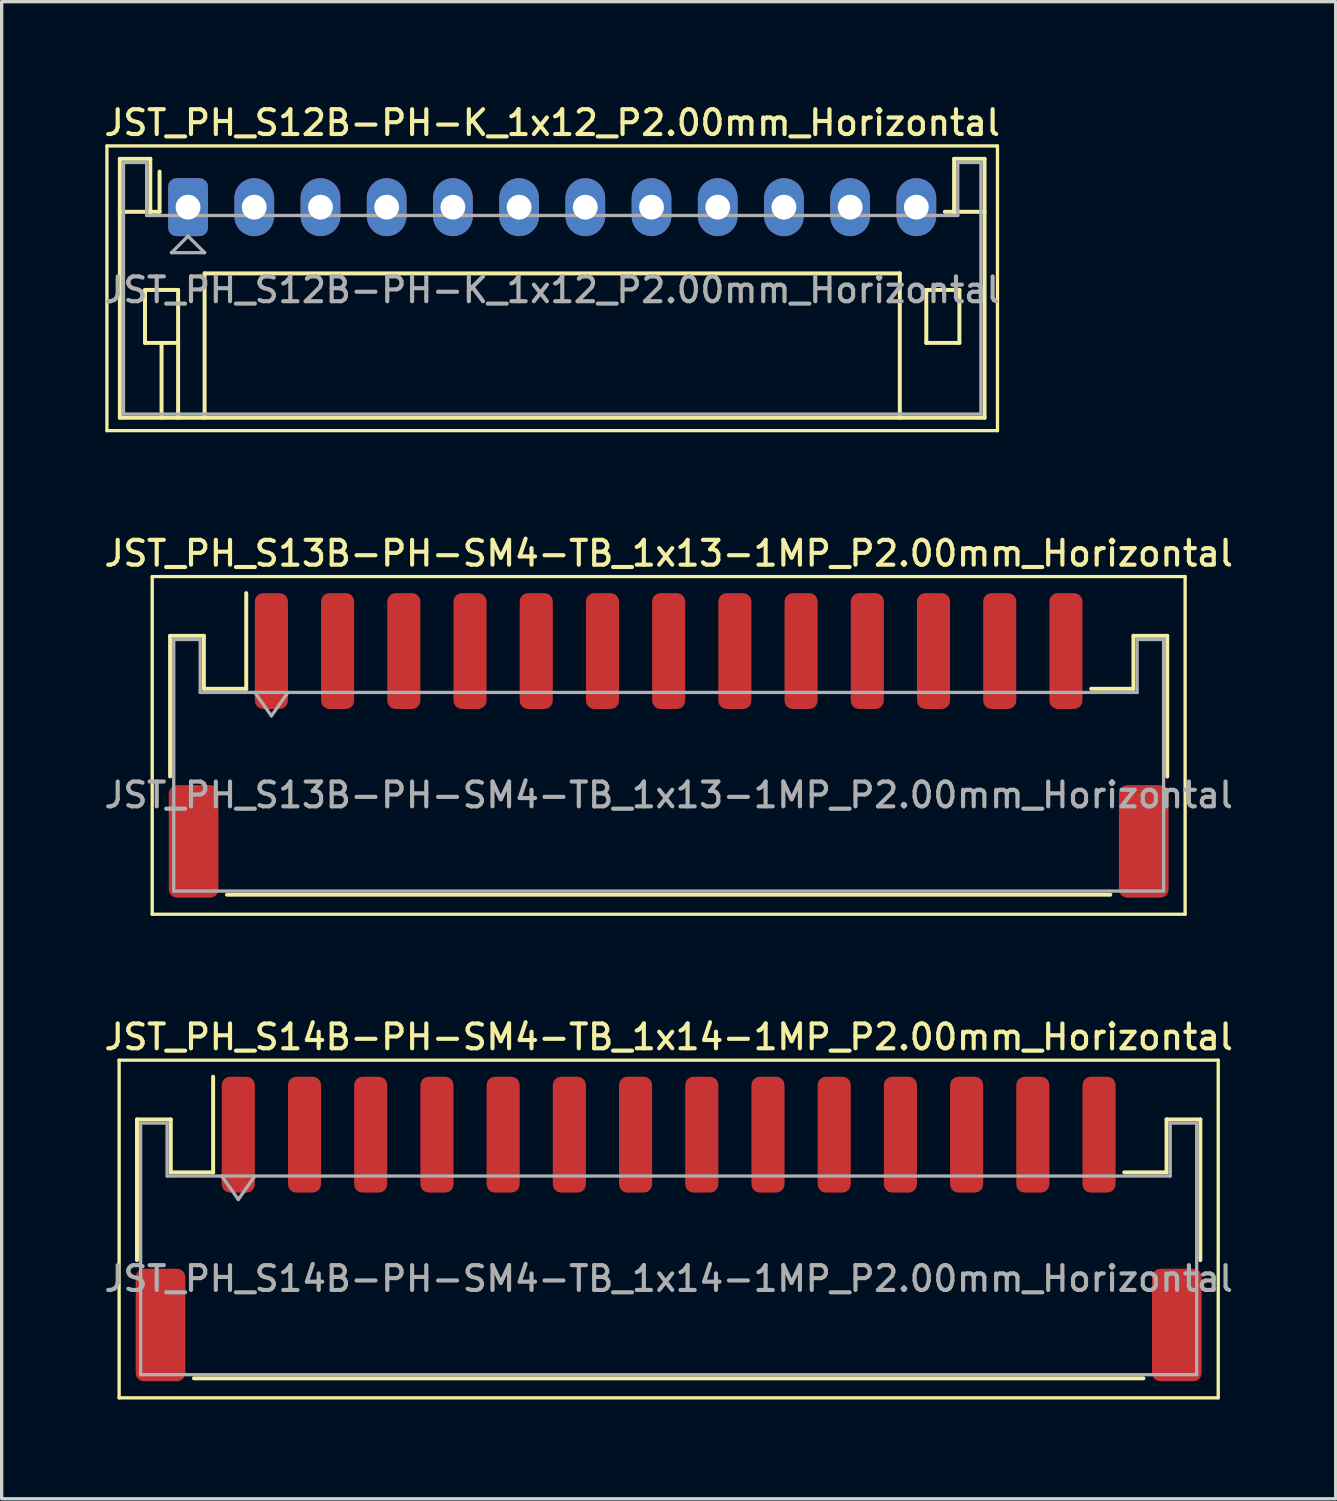
<source format=kicad_pcb>
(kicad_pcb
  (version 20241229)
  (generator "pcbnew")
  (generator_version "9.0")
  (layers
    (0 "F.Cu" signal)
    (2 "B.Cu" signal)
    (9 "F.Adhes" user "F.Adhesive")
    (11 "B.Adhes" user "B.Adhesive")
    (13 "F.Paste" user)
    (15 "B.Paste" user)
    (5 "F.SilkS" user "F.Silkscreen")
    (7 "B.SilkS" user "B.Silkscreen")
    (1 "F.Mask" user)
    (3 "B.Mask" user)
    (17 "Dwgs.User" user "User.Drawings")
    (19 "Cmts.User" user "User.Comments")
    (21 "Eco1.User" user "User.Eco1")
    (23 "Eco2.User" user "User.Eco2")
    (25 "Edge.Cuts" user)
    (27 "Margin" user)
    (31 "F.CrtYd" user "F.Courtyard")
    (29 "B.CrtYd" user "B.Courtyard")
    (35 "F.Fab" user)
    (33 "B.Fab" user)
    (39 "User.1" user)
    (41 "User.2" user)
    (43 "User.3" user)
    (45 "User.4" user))
  (footprint "JST_PH_S14B-PH-SM4-TB_1x14-1MP_P2.00mm_Horizontal"
    (layer "F.Cu")
    (at 17.148 34.074)
    (property "Reference" "JST_PH_S14B-PH-SM4-TB_1x14-1MP_P2.00mm_Horizontal" (at 0 -5.8 0) (layer "F.SilkS") (effects (font (size 0.75 0.75) (thickness 0.125))))
    (attr smd)
    (fp_line (start -16.6 -5.1) (end -16.6 5.1) (stroke (width 0.1) (type solid)) (layer "F.SilkS"))
    (fp_line (start -16.6 5.1) (end 16.6 5.1) (stroke (width 0.1) (type solid)) (layer "F.SilkS"))
    (fp_line (start -16.06 -3.31) (end -15.04 -3.31) (stroke (width 0.12) (type solid)) (layer "F.SilkS"))
    (fp_line (start -16.06 0.94) (end -16.06 -3.31) (stroke (width 0.12) (type solid)) (layer "F.SilkS"))
    (fp_line (start -15.04 -3.31) (end -15.04 -1.71) (stroke (width 0.12) (type solid)) (layer "F.SilkS"))
    (fp_line (start -15.04 -1.71) (end -13.76 -1.71) (stroke (width 0.12) (type solid)) (layer "F.SilkS"))
    (fp_line (start -14.34 4.51) (end 14.34 4.51) (stroke (width 0.12) (type solid)) (layer "F.SilkS"))
    (fp_line (start -13.76 -1.71) (end -13.76 -4.6) (stroke (width 0.12) (type solid)) (layer "F.SilkS"))
    (fp_line (start 15.04 -3.31) (end 15.04 -1.71) (stroke (width 0.12) (type solid)) (layer "F.SilkS"))
    (fp_line (start 15.04 -1.71) (end 13.76 -1.71) (stroke (width 0.12) (type solid)) (layer "F.SilkS"))
    (fp_line (start 16.06 -3.31) (end 15.04 -3.31) (stroke (width 0.12) (type solid)) (layer "F.SilkS"))
    (fp_line (start 16.06 0.94) (end 16.06 -3.31) (stroke (width 0.12) (type solid)) (layer "F.SilkS"))
    (fp_line (start 16.6 -5.1) (end -16.6 -5.1) (stroke (width 0.1) (type solid)) (layer "F.SilkS"))
    (fp_line (start 16.6 5.1) (end 16.6 -5.1) (stroke (width 0.1) (type solid)) (layer "F.SilkS"))
    (fp_line (start -15.95 -3.2) (end -15.95 4.4) (stroke (width 0.1) (type solid)) (layer "F.Fab"))
    (fp_line (start -15.95 -3.2) (end -15.15 -3.2) (stroke (width 0.1) (type solid)) (layer "F.Fab"))
    (fp_line (start -15.95 4.4) (end 15.95 4.4) (stroke (width 0.1) (type solid)) (layer "F.Fab"))
    (fp_line (start -15.15 -3.2) (end -15.15 -1.6) (stroke (width 0.1) (type solid)) (layer "F.Fab"))
    (fp_line (start -15.15 -1.6) (end 15.15 -1.6) (stroke (width 0.1) (type solid)) (layer "F.Fab"))
    (fp_line (start -13.5 -1.6) (end -13 -0.893) (stroke (width 0.1) (type solid)) (layer "F.Fab"))
    (fp_line (start -13 -0.893) (end -12.5 -1.6) (stroke (width 0.1) (type solid)) (layer "F.Fab"))
    (fp_line (start 15.15 -3.2) (end 15.95 -3.2) (stroke (width 0.1) (type solid)) (layer "F.Fab"))
    (fp_line (start 15.15 -1.6) (end 15.15 -3.2) (stroke (width 0.1) (type solid)) (layer "F.Fab"))
    (fp_line (start 15.95 -3.2) (end 15.95 4.4) (stroke (width 0.1) (type solid)) (layer "F.Fab"))
    (fp_text user "${REFERENCE}" (at 0 1.5 0) (layer "F.Fab") (effects (font (size 0.75 0.75) (thickness 0.125))))
    (pad "1" smd roundrect (at -13 -2.85) (size 1 3.5) (layers "F.Cu" "F.Mask" "F.Paste") (roundrect_rratio 0.25))
    (pad "2" smd roundrect (at -11 -2.85) (size 1 3.5) (layers "F.Cu" "F.Mask" "F.Paste") (roundrect_rratio 0.25))
    (pad "3" smd roundrect (at -9 -2.85) (size 1 3.5) (layers "F.Cu" "F.Mask" "F.Paste") (roundrect_rratio 0.25))
    (pad "4" smd roundrect (at -7 -2.85) (size 1 3.5) (layers "F.Cu" "F.Mask" "F.Paste") (roundrect_rratio 0.25))
    (pad "5" smd roundrect (at -5 -2.85) (size 1 3.5) (layers "F.Cu" "F.Mask" "F.Paste") (roundrect_rratio 0.25))
    (pad "6" smd roundrect (at -3 -2.85) (size 1 3.5) (layers "F.Cu" "F.Mask" "F.Paste") (roundrect_rratio 0.25))
    (pad "7" smd roundrect (at -1 -2.85) (size 1 3.5) (layers "F.Cu" "F.Mask" "F.Paste") (roundrect_rratio 0.25))
    (pad "8" smd roundrect (at 1 -2.85) (size 1 3.5) (layers "F.Cu" "F.Mask" "F.Paste") (roundrect_rratio 0.25))
    (pad "9" smd roundrect (at 3 -2.85) (size 1 3.5) (layers "F.Cu" "F.Mask" "F.Paste") (roundrect_rratio 0.25))
    (pad "10" smd roundrect (at 5 -2.85) (size 1 3.5) (layers "F.Cu" "F.Mask" "F.Paste") (roundrect_rratio 0.25))
    (pad "11" smd roundrect (at 7 -2.85) (size 1 3.5) (layers "F.Cu" "F.Mask" "F.Paste") (roundrect_rratio 0.25))
    (pad "12" smd roundrect (at 9 -2.85) (size 1 3.5) (layers "F.Cu" "F.Mask" "F.Paste") (roundrect_rratio 0.25))
    (pad "13" smd roundrect (at 11 -2.85) (size 1 3.5) (layers "F.Cu" "F.Mask" "F.Paste") (roundrect_rratio 0.25))
    (pad "14" smd roundrect (at 13 -2.85) (size 1 3.5) (layers "F.Cu" "F.Mask" "F.Paste") (roundrect_rratio 0.25))
    (pad "MP" smd roundrect (at -15.35 2.9) (size 1.5 3.4) (layers "F.Cu" "F.Mask" "F.Paste") (roundrect_rratio 0.167))
    (pad "MP" smd roundrect (at 15.35 2.9) (size 1.5 3.4) (layers "F.Cu" "F.Mask" "F.Paste") (roundrect_rratio 0.167)))
  (footprint "JST_PH_S12B-PH-K_1x12_P2.00mm_Horizontal"
    (layer "F.Cu")
    (at 2.63 3.208)
    (property "Reference" "JST_PH_S12B-PH-K_1x12_P2.00mm_Horizontal" (at 11 -2.55 0) (layer "F.SilkS") (effects (font (size 0.75 0.75) (thickness 0.125))))
    (attr through_hole)
    (fp_line (start -2.45 -1.85) (end -2.45 6.75) (stroke (width 0.1) (type solid)) (layer "F.SilkS"))
    (fp_line (start -2.45 6.75) (end 24.45 6.75) (stroke (width 0.1) (type solid)) (layer "F.SilkS"))
    (fp_line (start -2.06 -1.46) (end -2.06 6.36) (stroke (width 0.12) (type solid)) (layer "F.SilkS"))
    (fp_line (start -2.06 0.14) (end -1.14 0.14) (stroke (width 0.12) (type solid)) (layer "F.SilkS"))
    (fp_line (start -2.06 6.36) (end 24.06 6.36) (stroke (width 0.12) (type solid)) (layer "F.SilkS"))
    (fp_line (start -1.3 2.5) (end -1.3 4.1) (stroke (width 0.12) (type solid)) (layer "F.SilkS"))
    (fp_line (start -1.3 4.1) (end -0.3 4.1) (stroke (width 0.12) (type solid)) (layer "F.SilkS"))
    (fp_line (start -1.14 -1.46) (end -2.06 -1.46) (stroke (width 0.12) (type solid)) (layer "F.SilkS"))
    (fp_line (start -1.14 0.14) (end -1.14 -1.46) (stroke (width 0.12) (type solid)) (layer "F.SilkS"))
    (fp_line (start -0.86 0.14) (end -1.14 0.14) (stroke (width 0.12) (type solid)) (layer "F.SilkS"))
    (fp_line (start -0.86 0.14) (end -0.86 -1.075) (stroke (width 0.12) (type solid)) (layer "F.SilkS"))
    (fp_line (start -0.8 4.1) (end -0.8 6.36) (stroke (width 0.12) (type solid)) (layer "F.SilkS"))
    (fp_line (start -0.3 2.5) (end -1.3 2.5) (stroke (width 0.12) (type solid)) (layer "F.SilkS"))
    (fp_line (start -0.3 4.1) (end -0.3 2.5) (stroke (width 0.12) (type solid)) (layer "F.SilkS"))
    (fp_line (start -0.3 4.1) (end -0.3 6.36) (stroke (width 0.12) (type solid)) (layer "F.SilkS"))
    (fp_line (start 0.5 2) (end 21.5 2) (stroke (width 0.12) (type solid)) (layer "F.SilkS"))
    (fp_line (start 0.5 6.36) (end 0.5 2) (stroke (width 0.12) (type solid)) (layer "F.SilkS"))
    (fp_line (start 21.5 2) (end 21.5 6.36) (stroke (width 0.12) (type solid)) (layer "F.SilkS"))
    (fp_line (start 22.3 2.5) (end 23.3 2.5) (stroke (width 0.12) (type solid)) (layer "F.SilkS"))
    (fp_line (start 22.3 4.1) (end 22.3 2.5) (stroke (width 0.12) (type solid)) (layer "F.SilkS"))
    (fp_line (start 23.14 -1.46) (end 23.14 0.14) (stroke (width 0.12) (type solid)) (layer "F.SilkS"))
    (fp_line (start 23.14 0.14) (end 22.86 0.14) (stroke (width 0.12) (type solid)) (layer "F.SilkS"))
    (fp_line (start 23.3 2.5) (end 23.3 4.1) (stroke (width 0.12) (type solid)) (layer "F.SilkS"))
    (fp_line (start 23.3 4.1) (end 22.3 4.1) (stroke (width 0.12) (type solid)) (layer "F.SilkS"))
    (fp_line (start 24.06 -1.46) (end 23.14 -1.46) (stroke (width 0.12) (type solid)) (layer "F.SilkS"))
    (fp_line (start 24.06 0.14) (end 23.14 0.14) (stroke (width 0.12) (type solid)) (layer "F.SilkS"))
    (fp_line (start 24.06 6.36) (end 24.06 -1.46) (stroke (width 0.12) (type solid)) (layer "F.SilkS"))
    (fp_line (start 24.45 -1.85) (end -2.45 -1.85) (stroke (width 0.1) (type solid)) (layer "F.SilkS"))
    (fp_line (start 24.45 6.75) (end 24.45 -1.85) (stroke (width 0.1) (type solid)) (layer "F.SilkS"))
    (fp_line (start -1.95 -1.35) (end -1.95 6.25) (stroke (width 0.1) (type solid)) (layer "F.Fab"))
    (fp_line (start -1.95 6.25) (end 23.95 6.25) (stroke (width 0.1) (type solid)) (layer "F.Fab"))
    (fp_line (start -1.25 -1.35) (end -1.95 -1.35) (stroke (width 0.1) (type solid)) (layer "F.Fab"))
    (fp_line (start -1.25 0.25) (end -1.25 -1.35) (stroke (width 0.1) (type solid)) (layer "F.Fab"))
    (fp_line (start -0.5 1.375) (end 0.5 1.375) (stroke (width 0.1) (type solid)) (layer "F.Fab"))
    (fp_line (start 0 0.875) (end -0.5 1.375) (stroke (width 0.1) (type solid)) (layer "F.Fab"))
    (fp_line (start 0.5 1.375) (end 0 0.875) (stroke (width 0.1) (type solid)) (layer "F.Fab"))
    (fp_line (start 23.25 -1.35) (end 23.25 0.25) (stroke (width 0.1) (type solid)) (layer "F.Fab"))
    (fp_line (start 23.25 0.25) (end -1.25 0.25) (stroke (width 0.1) (type solid)) (layer "F.Fab"))
    (fp_line (start 23.95 -1.35) (end 23.25 -1.35) (stroke (width 0.1) (type solid)) (layer "F.Fab"))
    (fp_line (start 23.95 6.25) (end 23.95 -1.35) (stroke (width 0.1) (type solid)) (layer "F.Fab"))
    (fp_text user "${REFERENCE}" (at 11 2.5 0) (layer "F.Fab") (effects (font (size 0.75 0.75) (thickness 0.125))))
    (pad "1" thru_hole roundrect (at 0 0) (size 1.2 1.75) (drill 0.75) (layers "*.Cu" "*.Mask") (roundrect_rratio 0.208))
    (pad "2" thru_hole oval (at 2 0) (size 1.2 1.75) (drill 0.75) (layers "*.Cu" "*.Mask"))
    (pad "3" thru_hole oval (at 4 0) (size 1.2 1.75) (drill 0.75) (layers "*.Cu" "*.Mask"))
    (pad "4" thru_hole oval (at 6 0) (size 1.2 1.75) (drill 0.75) (layers "*.Cu" "*.Mask"))
    (pad "5" thru_hole oval (at 8 0) (size 1.2 1.75) (drill 0.75) (layers "*.Cu" "*.Mask"))
    (pad "6" thru_hole oval (at 10 0) (size 1.2 1.75) (drill 0.75) (layers "*.Cu" "*.Mask"))
    (pad "7" thru_hole oval (at 12 0) (size 1.2 1.75) (drill 0.75) (layers "*.Cu" "*.Mask"))
    (pad "8" thru_hole oval (at 14 0) (size 1.2 1.75) (drill 0.75) (layers "*.Cu" "*.Mask"))
    (pad "9" thru_hole oval (at 16 0) (size 1.2 1.75) (drill 0.75) (layers "*.Cu" "*.Mask"))
    (pad "10" thru_hole oval (at 18 0) (size 1.2 1.75) (drill 0.75) (layers "*.Cu" "*.Mask"))
    (pad "11" thru_hole oval (at 20 0) (size 1.2 1.75) (drill 0.75) (layers "*.Cu" "*.Mask"))
    (pad "12" thru_hole oval (at 22 0) (size 1.2 1.75) (drill 0.75) (layers "*.Cu" "*.Mask")))
  (footprint "JST_PH_S13B-PH-SM4-TB_1x13-1MP_P2.00mm_Horizontal"
    (layer "F.Cu")
    (at 17.148 19.466)
    (property "Reference" "JST_PH_S13B-PH-SM4-TB_1x13-1MP_P2.00mm_Horizontal" (at 0 -5.8 0) (layer "F.SilkS") (effects (font (size 0.75 0.75) (thickness 0.125))))
    (attr smd)
    (fp_line (start -15.6 -5.1) (end -15.6 5.1) (stroke (width 0.1) (type solid)) (layer "F.SilkS"))
    (fp_line (start -15.6 5.1) (end 15.6 5.1) (stroke (width 0.1) (type solid)) (layer "F.SilkS"))
    (fp_line (start -15.06 -3.31) (end -14.04 -3.31) (stroke (width 0.12) (type solid)) (layer "F.SilkS"))
    (fp_line (start -15.06 0.94) (end -15.06 -3.31) (stroke (width 0.12) (type solid)) (layer "F.SilkS"))
    (fp_line (start -14.04 -3.31) (end -14.04 -1.71) (stroke (width 0.12) (type solid)) (layer "F.SilkS"))
    (fp_line (start -14.04 -1.71) (end -12.76 -1.71) (stroke (width 0.12) (type solid)) (layer "F.SilkS"))
    (fp_line (start -13.34 4.51) (end 13.34 4.51) (stroke (width 0.12) (type solid)) (layer "F.SilkS"))
    (fp_line (start -12.76 -1.71) (end -12.76 -4.6) (stroke (width 0.12) (type solid)) (layer "F.SilkS"))
    (fp_line (start 14.04 -3.31) (end 14.04 -1.71) (stroke (width 0.12) (type solid)) (layer "F.SilkS"))
    (fp_line (start 14.04 -1.71) (end 12.76 -1.71) (stroke (width 0.12) (type solid)) (layer "F.SilkS"))
    (fp_line (start 15.06 -3.31) (end 14.04 -3.31) (stroke (width 0.12) (type solid)) (layer "F.SilkS"))
    (fp_line (start 15.06 0.94) (end 15.06 -3.31) (stroke (width 0.12) (type solid)) (layer "F.SilkS"))
    (fp_line (start 15.6 -5.1) (end -15.6 -5.1) (stroke (width 0.1) (type solid)) (layer "F.SilkS"))
    (fp_line (start 15.6 5.1) (end 15.6 -5.1) (stroke (width 0.1) (type solid)) (layer "F.SilkS"))
    (fp_line (start -14.95 -3.2) (end -14.95 4.4) (stroke (width 0.1) (type solid)) (layer "F.Fab"))
    (fp_line (start -14.95 -3.2) (end -14.15 -3.2) (stroke (width 0.1) (type solid)) (layer "F.Fab"))
    (fp_line (start -14.95 4.4) (end 14.95 4.4) (stroke (width 0.1) (type solid)) (layer "F.Fab"))
    (fp_line (start -14.15 -3.2) (end -14.15 -1.6) (stroke (width 0.1) (type solid)) (layer "F.Fab"))
    (fp_line (start -14.15 -1.6) (end 14.15 -1.6) (stroke (width 0.1) (type solid)) (layer "F.Fab"))
    (fp_line (start -12.5 -1.6) (end -12 -0.893) (stroke (width 0.1) (type solid)) (layer "F.Fab"))
    (fp_line (start -12 -0.893) (end -11.5 -1.6) (stroke (width 0.1) (type solid)) (layer "F.Fab"))
    (fp_line (start 14.15 -3.2) (end 14.95 -3.2) (stroke (width 0.1) (type solid)) (layer "F.Fab"))
    (fp_line (start 14.15 -1.6) (end 14.15 -3.2) (stroke (width 0.1) (type solid)) (layer "F.Fab"))
    (fp_line (start 14.95 -3.2) (end 14.95 4.4) (stroke (width 0.1) (type solid)) (layer "F.Fab"))
    (fp_text user "${REFERENCE}" (at 0 1.5 0) (layer "F.Fab") (effects (font (size 0.75 0.75) (thickness 0.125))))
    (pad "1" smd roundrect (at -12 -2.85) (size 1 3.5) (layers "F.Cu" "F.Mask" "F.Paste") (roundrect_rratio 0.25))
    (pad "2" smd roundrect (at -10 -2.85) (size 1 3.5) (layers "F.Cu" "F.Mask" "F.Paste") (roundrect_rratio 0.25))
    (pad "3" smd roundrect (at -8 -2.85) (size 1 3.5) (layers "F.Cu" "F.Mask" "F.Paste") (roundrect_rratio 0.25))
    (pad "4" smd roundrect (at -6 -2.85) (size 1 3.5) (layers "F.Cu" "F.Mask" "F.Paste") (roundrect_rratio 0.25))
    (pad "5" smd roundrect (at -4 -2.85) (size 1 3.5) (layers "F.Cu" "F.Mask" "F.Paste") (roundrect_rratio 0.25))
    (pad "6" smd roundrect (at -2 -2.85) (size 1 3.5) (layers "F.Cu" "F.Mask" "F.Paste") (roundrect_rratio 0.25))
    (pad "7" smd roundrect (at 0 -2.85) (size 1 3.5) (layers "F.Cu" "F.Mask" "F.Paste") (roundrect_rratio 0.25))
    (pad "8" smd roundrect (at 2 -2.85) (size 1 3.5) (layers "F.Cu" "F.Mask" "F.Paste") (roundrect_rratio 0.25))
    (pad "9" smd roundrect (at 4 -2.85) (size 1 3.5) (layers "F.Cu" "F.Mask" "F.Paste") (roundrect_rratio 0.25))
    (pad "10" smd roundrect (at 6 -2.85) (size 1 3.5) (layers "F.Cu" "F.Mask" "F.Paste") (roundrect_rratio 0.25))
    (pad "11" smd roundrect (at 8 -2.85) (size 1 3.5) (layers "F.Cu" "F.Mask" "F.Paste") (roundrect_rratio 0.25))
    (pad "12" smd roundrect (at 10 -2.85) (size 1 3.5) (layers "F.Cu" "F.Mask" "F.Paste") (roundrect_rratio 0.25))
    (pad "13" smd roundrect (at 12 -2.85) (size 1 3.5) (layers "F.Cu" "F.Mask" "F.Paste") (roundrect_rratio 0.25))
    (pad "MP" smd roundrect (at -14.35 2.9) (size 1.5 3.4) (layers "F.Cu" "F.Mask" "F.Paste") (roundrect_rratio 0.167))
    (pad "MP" smd roundrect (at 14.35 2.9) (size 1.5 3.4) (layers "F.Cu" "F.Mask" "F.Paste") (roundrect_rratio 0.167)))
  (gr_rect
    (start -3 -3)
    (end 37.296 42.224)
    (stroke (width 0.1) (type default))
    (fill no)
    (layer "Edge.Cuts")))
</source>
